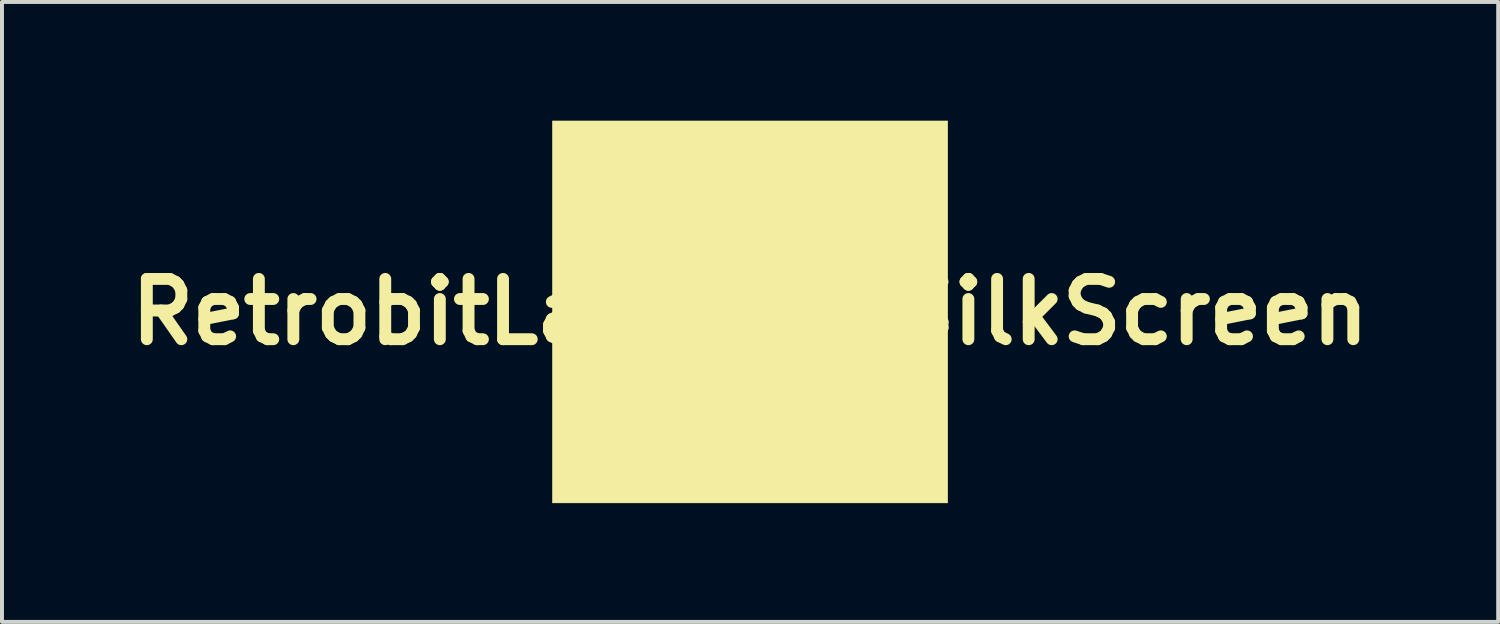
<source format=kicad_pcb>
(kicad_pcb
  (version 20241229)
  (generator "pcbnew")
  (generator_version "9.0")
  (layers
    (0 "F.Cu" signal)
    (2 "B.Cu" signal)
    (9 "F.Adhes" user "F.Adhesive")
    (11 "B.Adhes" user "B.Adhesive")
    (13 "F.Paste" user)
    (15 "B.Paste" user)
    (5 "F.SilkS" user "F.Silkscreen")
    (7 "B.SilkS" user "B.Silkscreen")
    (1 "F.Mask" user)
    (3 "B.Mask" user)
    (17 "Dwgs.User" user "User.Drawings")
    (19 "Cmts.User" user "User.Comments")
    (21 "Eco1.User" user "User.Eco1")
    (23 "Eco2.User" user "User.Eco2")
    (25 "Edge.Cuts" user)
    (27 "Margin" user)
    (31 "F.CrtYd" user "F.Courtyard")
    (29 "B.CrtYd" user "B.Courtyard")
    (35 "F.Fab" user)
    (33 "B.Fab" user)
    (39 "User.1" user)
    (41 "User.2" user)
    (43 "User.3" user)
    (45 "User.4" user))
  (footprint "RetrobitLab_Rev_SilkScreen"
    (layer "F.Cu")
    (at 15.9 4.831)
    (property "Reference" "RetrobitLab_Rev_SilkScreen" (at 0 0 0) (layer "F.SilkS") (effects (font (size 1.524 1.524) (thickness 0.3))))
    (attr through_hole)
    (fp_poly (pts (xy 4.995 4.826) (xy -4.995 4.826) (xy -4.995 -4.826) (xy 4.995 -4.826) (xy 4.995 4.826)) (stroke (width 0.01) (type solid)) (fill yes) (layer "F.SilkS")))
  (gr_rect
    (start -3 -3)
    (end 34.801 12.662)
    (stroke (width 0.1) (type default))
    (fill no)
    (layer "Edge.Cuts")))
</source>
